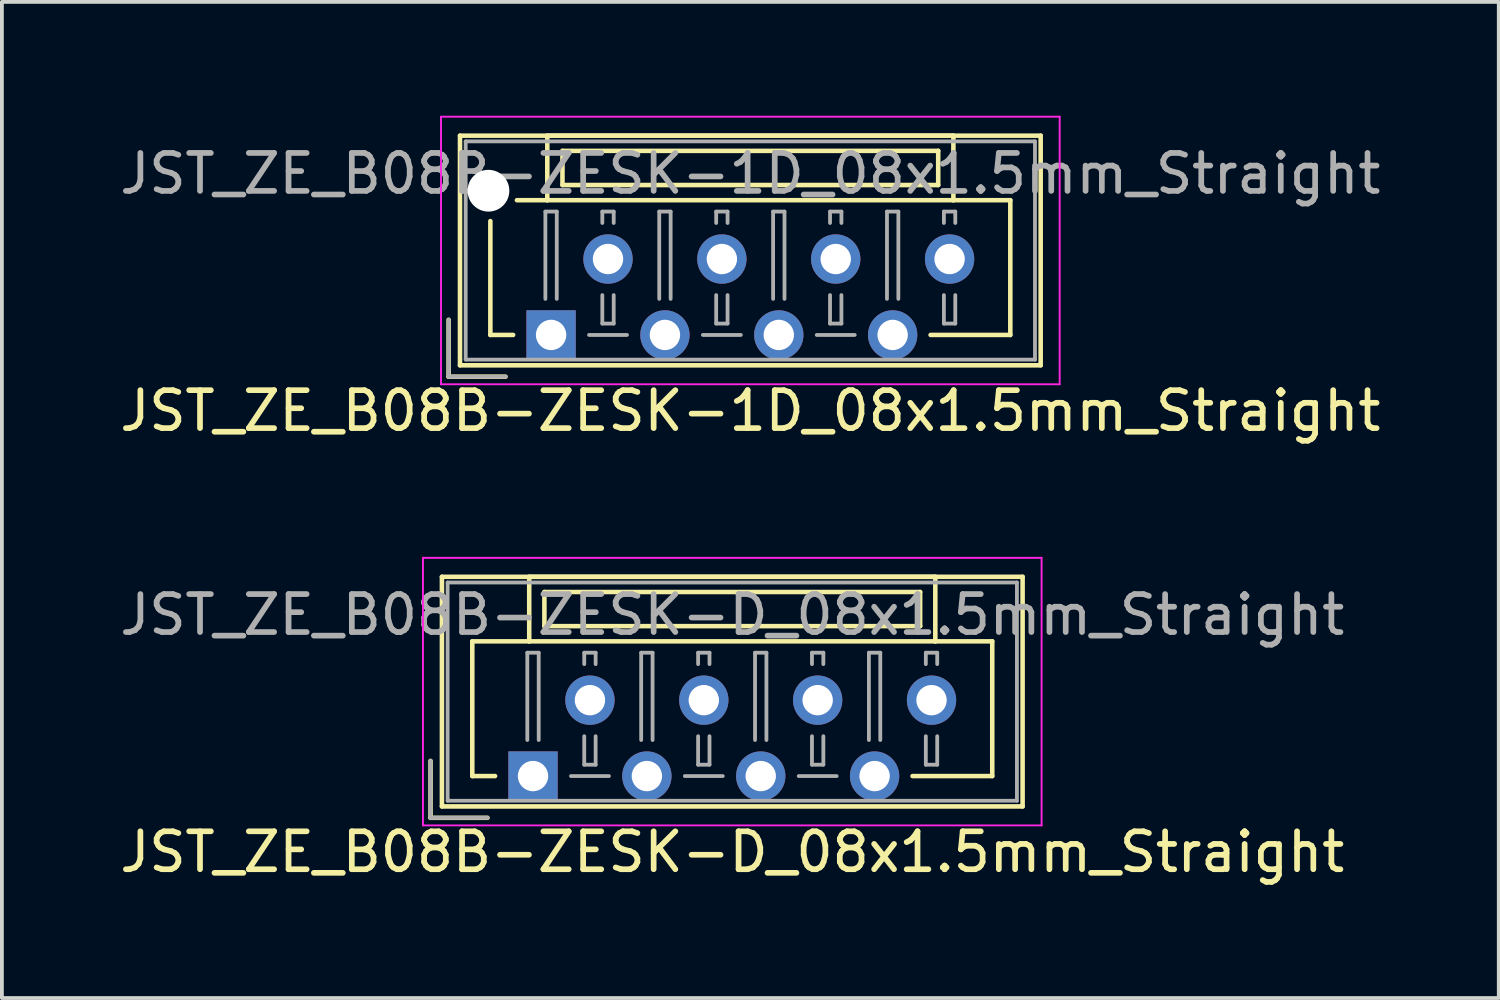
<source format=kicad_pcb>
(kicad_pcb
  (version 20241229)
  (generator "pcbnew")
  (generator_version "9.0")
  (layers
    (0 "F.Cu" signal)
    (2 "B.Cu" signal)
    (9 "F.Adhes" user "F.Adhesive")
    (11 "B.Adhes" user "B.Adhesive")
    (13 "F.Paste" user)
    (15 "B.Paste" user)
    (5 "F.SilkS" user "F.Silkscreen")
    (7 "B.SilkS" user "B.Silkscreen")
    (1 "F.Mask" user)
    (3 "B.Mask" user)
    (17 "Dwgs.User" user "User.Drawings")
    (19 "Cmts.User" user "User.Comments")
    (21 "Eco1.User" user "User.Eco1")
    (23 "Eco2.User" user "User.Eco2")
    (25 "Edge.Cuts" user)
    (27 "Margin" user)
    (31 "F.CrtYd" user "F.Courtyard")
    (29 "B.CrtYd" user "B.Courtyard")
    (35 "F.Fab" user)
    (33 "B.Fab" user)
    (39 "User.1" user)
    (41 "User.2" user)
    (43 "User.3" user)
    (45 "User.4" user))
  (footprint "JST_ZE_B08B-ZESK-D_08x1.5mm_Straight"
    (layer "F.Cu")
    (at 10.994 17.398)
    (property "Reference" "JST_ZE_B08B-ZESK-D_08x1.5mm_Straight" (at 5.25 2 0) (layer "F.SilkS") (effects (font (size 1 1) (thickness 0.15))))
    (attr through_hole)
    (fp_line (start -2.7 -0.4) (end -2.7 1.1) (stroke (width 0.12) (type solid)) (layer "F.SilkS"))
    (fp_line (start -2.7 1.1) (end -1.2 1.1) (stroke (width 0.12) (type solid)) (layer "F.SilkS"))
    (fp_line (start -2.4 -5.25) (end -2.4 0.8) (stroke (width 0.12) (type solid)) (layer "F.SilkS"))
    (fp_line (start -2.4 0.8) (end 12.9 0.8) (stroke (width 0.12) (type solid)) (layer "F.SilkS"))
    (fp_line (start -1.6 -3.55) (end -1.6 0) (stroke (width 0.12) (type solid)) (layer "F.SilkS"))
    (fp_line (start -1.6 0) (end -1 0) (stroke (width 0.12) (type solid)) (layer "F.SilkS"))
    (fp_line (start -0.1 -5.25) (end -0.1 -3.55) (stroke (width 0.12) (type solid)) (layer "F.SilkS"))
    (fp_line (start -0.1 -3.55) (end -1.6 -3.55) (stroke (width 0.12) (type solid)) (layer "F.SilkS"))
    (fp_line (start -0.1 -3.55) (end 10.6 -3.55) (stroke (width 0.12) (type solid)) (layer "F.SilkS"))
    (fp_line (start 0.3 -4.85) (end 0.3 -3.95) (stroke (width 0.12) (type solid)) (layer "F.SilkS"))
    (fp_line (start 0.3 -3.95) (end 10.2 -3.95) (stroke (width 0.12) (type solid)) (layer "F.SilkS"))
    (fp_line (start 10.2 -4.85) (end 0.3 -4.85) (stroke (width 0.12) (type solid)) (layer "F.SilkS"))
    (fp_line (start 10.2 -3.95) (end 10.2 -4.85) (stroke (width 0.12) (type solid)) (layer "F.SilkS"))
    (fp_line (start 10.6 -5.25) (end -0.1 -5.25) (stroke (width 0.12) (type solid)) (layer "F.SilkS"))
    (fp_line (start 10.6 -3.55) (end 10.6 -5.25) (stroke (width 0.12) (type solid)) (layer "F.SilkS"))
    (fp_line (start 10.6 -3.55) (end 12.1 -3.55) (stroke (width 0.12) (type solid)) (layer "F.SilkS"))
    (fp_line (start 12.1 -3.55) (end 12.1 0) (stroke (width 0.12) (type solid)) (layer "F.SilkS"))
    (fp_line (start 12.1 0) (end 10 0) (stroke (width 0.12) (type solid)) (layer "F.SilkS"))
    (fp_line (start 12.9 -5.25) (end -2.4 -5.25) (stroke (width 0.12) (type solid)) (layer "F.SilkS"))
    (fp_line (start 12.9 0.8) (end 12.9 -5.25) (stroke (width 0.12) (type solid)) (layer "F.SilkS"))
    (fp_line (start -2.9 -5.75) (end -2.9 1.3) (stroke (width 0.05) (type solid)) (layer "F.CrtYd"))
    (fp_line (start -2.9 1.3) (end 13.4 1.3) (stroke (width 0.05) (type solid)) (layer "F.CrtYd"))
    (fp_line (start 13.4 -5.75) (end -2.9 -5.75) (stroke (width 0.05) (type solid)) (layer "F.CrtYd"))
    (fp_line (start 13.4 1.3) (end 13.4 -5.75) (stroke (width 0.05) (type solid)) (layer "F.CrtYd"))
    (fp_line (start -2.7 -0.4) (end -2.7 1.1) (stroke (width 0.1) (type solid)) (layer "F.Fab"))
    (fp_line (start -2.7 1.1) (end -1.2 1.1) (stroke (width 0.1) (type solid)) (layer "F.Fab"))
    (fp_line (start -2.25 -5.1) (end -2.25 0.65) (stroke (width 0.1) (type solid)) (layer "F.Fab"))
    (fp_line (start -2.25 0.65) (end 12.75 0.65) (stroke (width 0.1) (type solid)) (layer "F.Fab"))
    (fp_line (start -0.15 -3.25) (end 0.15 -3.25) (stroke (width 0.1) (type solid)) (layer "F.Fab"))
    (fp_line (start -0.15 -0.95) (end -0.15 -3.25) (stroke (width 0.1) (type solid)) (layer "F.Fab"))
    (fp_line (start 0.15 -3.25) (end 0.15 -0.95) (stroke (width 0.1) (type solid)) (layer "F.Fab"))
    (fp_line (start 1 0) (end 2 0) (stroke (width 0.1) (type solid)) (layer "F.Fab"))
    (fp_line (start 1.35 -3.25) (end 1.65 -3.25) (stroke (width 0.1) (type solid)) (layer "F.Fab"))
    (fp_line (start 1.35 -2.95) (end 1.35 -3.25) (stroke (width 0.1) (type solid)) (layer "F.Fab"))
    (fp_line (start 1.35 -1.05) (end 1.35 -0.3) (stroke (width 0.1) (type solid)) (layer "F.Fab"))
    (fp_line (start 1.35 -0.3) (end 1.65 -0.3) (stroke (width 0.1) (type solid)) (layer "F.Fab"))
    (fp_line (start 1.65 -3.25) (end 1.65 -2.95) (stroke (width 0.1) (type solid)) (layer "F.Fab"))
    (fp_line (start 1.65 -0.3) (end 1.65 -1.05) (stroke (width 0.1) (type solid)) (layer "F.Fab"))
    (fp_line (start 2.85 -3.25) (end 3.15 -3.25) (stroke (width 0.1) (type solid)) (layer "F.Fab"))
    (fp_line (start 2.85 -0.95) (end 2.85 -3.25) (stroke (width 0.1) (type solid)) (layer "F.Fab"))
    (fp_line (start 3.15 -3.25) (end 3.15 -0.95) (stroke (width 0.1) (type solid)) (layer "F.Fab"))
    (fp_line (start 4 0) (end 5 0) (stroke (width 0.1) (type solid)) (layer "F.Fab"))
    (fp_line (start 4.35 -3.25) (end 4.65 -3.25) (stroke (width 0.1) (type solid)) (layer "F.Fab"))
    (fp_line (start 4.35 -2.95) (end 4.35 -3.25) (stroke (width 0.1) (type solid)) (layer "F.Fab"))
    (fp_line (start 4.35 -1.05) (end 4.35 -0.3) (stroke (width 0.1) (type solid)) (layer "F.Fab"))
    (fp_line (start 4.35 -0.3) (end 4.65 -0.3) (stroke (width 0.1) (type solid)) (layer "F.Fab"))
    (fp_line (start 4.65 -3.25) (end 4.65 -2.95) (stroke (width 0.1) (type solid)) (layer "F.Fab"))
    (fp_line (start 4.65 -0.3) (end 4.65 -1.05) (stroke (width 0.1) (type solid)) (layer "F.Fab"))
    (fp_line (start 5.85 -3.25) (end 6.15 -3.25) (stroke (width 0.1) (type solid)) (layer "F.Fab"))
    (fp_line (start 5.85 -0.95) (end 5.85 -3.25) (stroke (width 0.1) (type solid)) (layer "F.Fab"))
    (fp_line (start 6.15 -3.25) (end 6.15 -0.95) (stroke (width 0.1) (type solid)) (layer "F.Fab"))
    (fp_line (start 7 0) (end 8 0) (stroke (width 0.1) (type solid)) (layer "F.Fab"))
    (fp_line (start 7.35 -3.25) (end 7.65 -3.25) (stroke (width 0.1) (type solid)) (layer "F.Fab"))
    (fp_line (start 7.35 -2.95) (end 7.35 -3.25) (stroke (width 0.1) (type solid)) (layer "F.Fab"))
    (fp_line (start 7.35 -1.05) (end 7.35 -0.3) (stroke (width 0.1) (type solid)) (layer "F.Fab"))
    (fp_line (start 7.35 -0.3) (end 7.65 -0.3) (stroke (width 0.1) (type solid)) (layer "F.Fab"))
    (fp_line (start 7.65 -3.25) (end 7.65 -2.95) (stroke (width 0.1) (type solid)) (layer "F.Fab"))
    (fp_line (start 7.65 -0.3) (end 7.65 -1.05) (stroke (width 0.1) (type solid)) (layer "F.Fab"))
    (fp_line (start 8.85 -3.25) (end 9.15 -3.25) (stroke (width 0.1) (type solid)) (layer "F.Fab"))
    (fp_line (start 8.85 -0.95) (end 8.85 -3.25) (stroke (width 0.1) (type solid)) (layer "F.Fab"))
    (fp_line (start 9.15 -3.25) (end 9.15 -0.95) (stroke (width 0.1) (type solid)) (layer "F.Fab"))
    (fp_line (start 10.35 -3.25) (end 10.65 -3.25) (stroke (width 0.1) (type solid)) (layer "F.Fab"))
    (fp_line (start 10.35 -2.95) (end 10.35 -3.25) (stroke (width 0.1) (type solid)) (layer "F.Fab"))
    (fp_line (start 10.35 -1.05) (end 10.35 -0.3) (stroke (width 0.1) (type solid)) (layer "F.Fab"))
    (fp_line (start 10.35 -0.3) (end 10.65 -0.3) (stroke (width 0.1) (type solid)) (layer "F.Fab"))
    (fp_line (start 10.65 -3.25) (end 10.65 -2.95) (stroke (width 0.1) (type solid)) (layer "F.Fab"))
    (fp_line (start 10.65 -0.3) (end 10.65 -1.05) (stroke (width 0.1) (type solid)) (layer "F.Fab"))
    (fp_line (start 12.75 -5.1) (end -2.25 -5.1) (stroke (width 0.1) (type solid)) (layer "F.Fab"))
    (fp_line (start 12.75 0.65) (end 12.75 -5.1) (stroke (width 0.1) (type solid)) (layer "F.Fab"))
    (fp_text user "${REFERENCE}" (at 5.25 -4.25 0) (layer "F.Fab") (effects (font (size 1 1) (thickness 0.15))))
    (pad "1" thru_hole rect (at 0 0) (size 1.3 1.3) (drill 0.8) (layers "*.Cu" "*.Mask"))
    (pad "2" thru_hole circle (at 1.5 -2) (size 1.3 1.3) (drill 0.8) (layers "*.Cu" "*.Mask"))
    (pad "3" thru_hole circle (at 3 0) (size 1.3 1.3) (drill 0.8) (layers "*.Cu" "*.Mask"))
    (pad "4" thru_hole circle (at 4.5 -2) (size 1.3 1.3) (drill 0.8) (layers "*.Cu" "*.Mask"))
    (pad "5" thru_hole circle (at 6 0) (size 1.3 1.3) (drill 0.8) (layers "*.Cu" "*.Mask"))
    (pad "6" thru_hole circle (at 7.5 -2) (size 1.3 1.3) (drill 0.8) (layers "*.Cu" "*.Mask"))
    (pad "7" thru_hole circle (at 9 0) (size 1.3 1.3) (drill 0.8) (layers "*.Cu" "*.Mask"))
    (pad "8" thru_hole circle (at 10.5 -2) (size 1.3 1.3) (drill 0.8) (layers "*.Cu" "*.Mask")))
  (footprint "JST_ZE_B08B-ZESK-1D_08x1.5mm_Straight"
    (layer "F.Cu")
    (at 11.47 5.775)
    (property "Reference" "JST_ZE_B08B-ZESK-1D_08x1.5mm_Straight" (at 5.25 2 0) (layer "F.SilkS") (effects (font (size 1 1) (thickness 0.15))))
    (attr through_hole)
    (fp_line (start -2.7 -0.4) (end -2.7 1.1) (stroke (width 0.12) (type solid)) (layer "F.SilkS"))
    (fp_line (start -2.7 1.1) (end -1.2 1.1) (stroke (width 0.12) (type solid)) (layer "F.SilkS"))
    (fp_line (start -2.4 -5.25) (end -2.4 0.8) (stroke (width 0.12) (type solid)) (layer "F.SilkS"))
    (fp_line (start -2.4 0.8) (end 12.9 0.8) (stroke (width 0.12) (type solid)) (layer "F.SilkS"))
    (fp_line (start -1.6 -3) (end -1.6 0) (stroke (width 0.12) (type solid)) (layer "F.SilkS"))
    (fp_line (start -1.6 0) (end -1 0) (stroke (width 0.12) (type solid)) (layer "F.SilkS"))
    (fp_line (start -0.1 -5.25) (end -0.1 -3.55) (stroke (width 0.12) (type solid)) (layer "F.SilkS"))
    (fp_line (start -0.1 -3.55) (end -0.9 -3.55) (stroke (width 0.12) (type solid)) (layer "F.SilkS"))
    (fp_line (start -0.1 -3.55) (end 10.6 -3.55) (stroke (width 0.12) (type solid)) (layer "F.SilkS"))
    (fp_line (start 0.3 -4.85) (end 0.3 -3.95) (stroke (width 0.12) (type solid)) (layer "F.SilkS"))
    (fp_line (start 0.3 -3.95) (end 10.2 -3.95) (stroke (width 0.12) (type solid)) (layer "F.SilkS"))
    (fp_line (start 10.2 -4.85) (end 0.3 -4.85) (stroke (width 0.12) (type solid)) (layer "F.SilkS"))
    (fp_line (start 10.2 -3.95) (end 10.2 -4.85) (stroke (width 0.12) (type solid)) (layer "F.SilkS"))
    (fp_line (start 10.6 -5.25) (end -0.1 -5.25) (stroke (width 0.12) (type solid)) (layer "F.SilkS"))
    (fp_line (start 10.6 -3.55) (end 10.6 -5.25) (stroke (width 0.12) (type solid)) (layer "F.SilkS"))
    (fp_line (start 10.6 -3.55) (end 12.1 -3.55) (stroke (width 0.12) (type solid)) (layer "F.SilkS"))
    (fp_line (start 12.1 -3.55) (end 12.1 0) (stroke (width 0.12) (type solid)) (layer "F.SilkS"))
    (fp_line (start 12.1 0) (end 10 0) (stroke (width 0.12) (type solid)) (layer "F.SilkS"))
    (fp_line (start 12.9 -5.25) (end -2.4 -5.25) (stroke (width 0.12) (type solid)) (layer "F.SilkS"))
    (fp_line (start 12.9 0.8) (end 12.9 -5.25) (stroke (width 0.12) (type solid)) (layer "F.SilkS"))
    (fp_line (start -2.9 -5.75) (end -2.9 1.3) (stroke (width 0.05) (type solid)) (layer "F.CrtYd"))
    (fp_line (start -2.9 1.3) (end 13.4 1.3) (stroke (width 0.05) (type solid)) (layer "F.CrtYd"))
    (fp_line (start 13.4 -5.75) (end -2.9 -5.75) (stroke (width 0.05) (type solid)) (layer "F.CrtYd"))
    (fp_line (start 13.4 1.3) (end 13.4 -5.75) (stroke (width 0.05) (type solid)) (layer "F.CrtYd"))
    (fp_line (start -2.7 -0.4) (end -2.7 1.1) (stroke (width 0.1) (type solid)) (layer "F.Fab"))
    (fp_line (start -2.7 1.1) (end -1.2 1.1) (stroke (width 0.1) (type solid)) (layer "F.Fab"))
    (fp_line (start -2.25 -5.1) (end -2.25 0.65) (stroke (width 0.1) (type solid)) (layer "F.Fab"))
    (fp_line (start -2.25 0.65) (end 12.75 0.65) (stroke (width 0.1) (type solid)) (layer "F.Fab"))
    (fp_line (start -0.15 -3.25) (end 0.15 -3.25) (stroke (width 0.1) (type solid)) (layer "F.Fab"))
    (fp_line (start -0.15 -0.95) (end -0.15 -3.25) (stroke (width 0.1) (type solid)) (layer "F.Fab"))
    (fp_line (start 0.15 -3.25) (end 0.15 -0.95) (stroke (width 0.1) (type solid)) (layer "F.Fab"))
    (fp_line (start 1 0) (end 2 0) (stroke (width 0.1) (type solid)) (layer "F.Fab"))
    (fp_line (start 1.35 -3.25) (end 1.65 -3.25) (stroke (width 0.1) (type solid)) (layer "F.Fab"))
    (fp_line (start 1.35 -2.95) (end 1.35 -3.25) (stroke (width 0.1) (type solid)) (layer "F.Fab"))
    (fp_line (start 1.35 -1.05) (end 1.35 -0.3) (stroke (width 0.1) (type solid)) (layer "F.Fab"))
    (fp_line (start 1.35 -0.3) (end 1.65 -0.3) (stroke (width 0.1) (type solid)) (layer "F.Fab"))
    (fp_line (start 1.65 -3.25) (end 1.65 -2.95) (stroke (width 0.1) (type solid)) (layer "F.Fab"))
    (fp_line (start 1.65 -0.3) (end 1.65 -1.05) (stroke (width 0.1) (type solid)) (layer "F.Fab"))
    (fp_line (start 2.85 -3.25) (end 3.15 -3.25) (stroke (width 0.1) (type solid)) (layer "F.Fab"))
    (fp_line (start 2.85 -0.95) (end 2.85 -3.25) (stroke (width 0.1) (type solid)) (layer "F.Fab"))
    (fp_line (start 3.15 -3.25) (end 3.15 -0.95) (stroke (width 0.1) (type solid)) (layer "F.Fab"))
    (fp_line (start 4 0) (end 5 0) (stroke (width 0.1) (type solid)) (layer "F.Fab"))
    (fp_line (start 4.35 -3.25) (end 4.65 -3.25) (stroke (width 0.1) (type solid)) (layer "F.Fab"))
    (fp_line (start 4.35 -2.95) (end 4.35 -3.25) (stroke (width 0.1) (type solid)) (layer "F.Fab"))
    (fp_line (start 4.35 -1.05) (end 4.35 -0.3) (stroke (width 0.1) (type solid)) (layer "F.Fab"))
    (fp_line (start 4.35 -0.3) (end 4.65 -0.3) (stroke (width 0.1) (type solid)) (layer "F.Fab"))
    (fp_line (start 4.65 -3.25) (end 4.65 -2.95) (stroke (width 0.1) (type solid)) (layer "F.Fab"))
    (fp_line (start 4.65 -0.3) (end 4.65 -1.05) (stroke (width 0.1) (type solid)) (layer "F.Fab"))
    (fp_line (start 5.85 -3.25) (end 6.15 -3.25) (stroke (width 0.1) (type solid)) (layer "F.Fab"))
    (fp_line (start 5.85 -0.95) (end 5.85 -3.25) (stroke (width 0.1) (type solid)) (layer "F.Fab"))
    (fp_line (start 6.15 -3.25) (end 6.15 -0.95) (stroke (width 0.1) (type solid)) (layer "F.Fab"))
    (fp_line (start 7 0) (end 8 0) (stroke (width 0.1) (type solid)) (layer "F.Fab"))
    (fp_line (start 7.35 -3.25) (end 7.65 -3.25) (stroke (width 0.1) (type solid)) (layer "F.Fab"))
    (fp_line (start 7.35 -2.95) (end 7.35 -3.25) (stroke (width 0.1) (type solid)) (layer "F.Fab"))
    (fp_line (start 7.35 -1.05) (end 7.35 -0.3) (stroke (width 0.1) (type solid)) (layer "F.Fab"))
    (fp_line (start 7.35 -0.3) (end 7.65 -0.3) (stroke (width 0.1) (type solid)) (layer "F.Fab"))
    (fp_line (start 7.65 -3.25) (end 7.65 -2.95) (stroke (width 0.1) (type solid)) (layer "F.Fab"))
    (fp_line (start 7.65 -0.3) (end 7.65 -1.05) (stroke (width 0.1) (type solid)) (layer "F.Fab"))
    (fp_line (start 8.85 -3.25) (end 9.15 -3.25) (stroke (width 0.1) (type solid)) (layer "F.Fab"))
    (fp_line (start 8.85 -0.95) (end 8.85 -3.25) (stroke (width 0.1) (type solid)) (layer "F.Fab"))
    (fp_line (start 9.15 -3.25) (end 9.15 -0.95) (stroke (width 0.1) (type solid)) (layer "F.Fab"))
    (fp_line (start 10.35 -3.25) (end 10.65 -3.25) (stroke (width 0.1) (type solid)) (layer "F.Fab"))
    (fp_line (start 10.35 -2.95) (end 10.35 -3.25) (stroke (width 0.1) (type solid)) (layer "F.Fab"))
    (fp_line (start 10.35 -1.05) (end 10.35 -0.3) (stroke (width 0.1) (type solid)) (layer "F.Fab"))
    (fp_line (start 10.35 -0.3) (end 10.65 -0.3) (stroke (width 0.1) (type solid)) (layer "F.Fab"))
    (fp_line (start 10.65 -3.25) (end 10.65 -2.95) (stroke (width 0.1) (type solid)) (layer "F.Fab"))
    (fp_line (start 10.65 -0.3) (end 10.65 -1.05) (stroke (width 0.1) (type solid)) (layer "F.Fab"))
    (fp_line (start 12.75 -5.1) (end -2.25 -5.1) (stroke (width 0.1) (type solid)) (layer "F.Fab"))
    (fp_line (start 12.75 0.65) (end 12.75 -5.1) (stroke (width 0.1) (type solid)) (layer "F.Fab"))
    (fp_text user "${REFERENCE}" (at 5.25 -4.25 0) (layer "F.Fab") (effects (font (size 1 1) (thickness 0.15))))
    (pad "" np_thru_hole circle (at -1.65 -3.8) (size 1.1 1.1) (drill 1.1) (layers "*.Cu"))
    (pad "1" thru_hole rect (at 0 0) (size 1.3 1.3) (drill 0.8) (layers "*.Cu" "*.Mask"))
    (pad "2" thru_hole circle (at 1.5 -2) (size 1.3 1.3) (drill 0.8) (layers "*.Cu" "*.Mask"))
    (pad "3" thru_hole circle (at 3 0) (size 1.3 1.3) (drill 0.8) (layers "*.Cu" "*.Mask"))
    (pad "4" thru_hole circle (at 4.5 -2) (size 1.3 1.3) (drill 0.8) (layers "*.Cu" "*.Mask"))
    (pad "5" thru_hole circle (at 6 0) (size 1.3 1.3) (drill 0.8) (layers "*.Cu" "*.Mask"))
    (pad "6" thru_hole circle (at 7.5 -2) (size 1.3 1.3) (drill 0.8) (layers "*.Cu" "*.Mask"))
    (pad "7" thru_hole circle (at 9 0) (size 1.3 1.3) (drill 0.8) (layers "*.Cu" "*.Mask"))
    (pad "8" thru_hole circle (at 10.5 -2) (size 1.3 1.3) (drill 0.8) (layers "*.Cu" "*.Mask")))
  (gr_rect
    (start -3 -3)
    (end 36.44 23.247)
    (stroke (width 0.1) (type default))
    (fill no)
    (layer "Edge.Cuts")))
</source>
